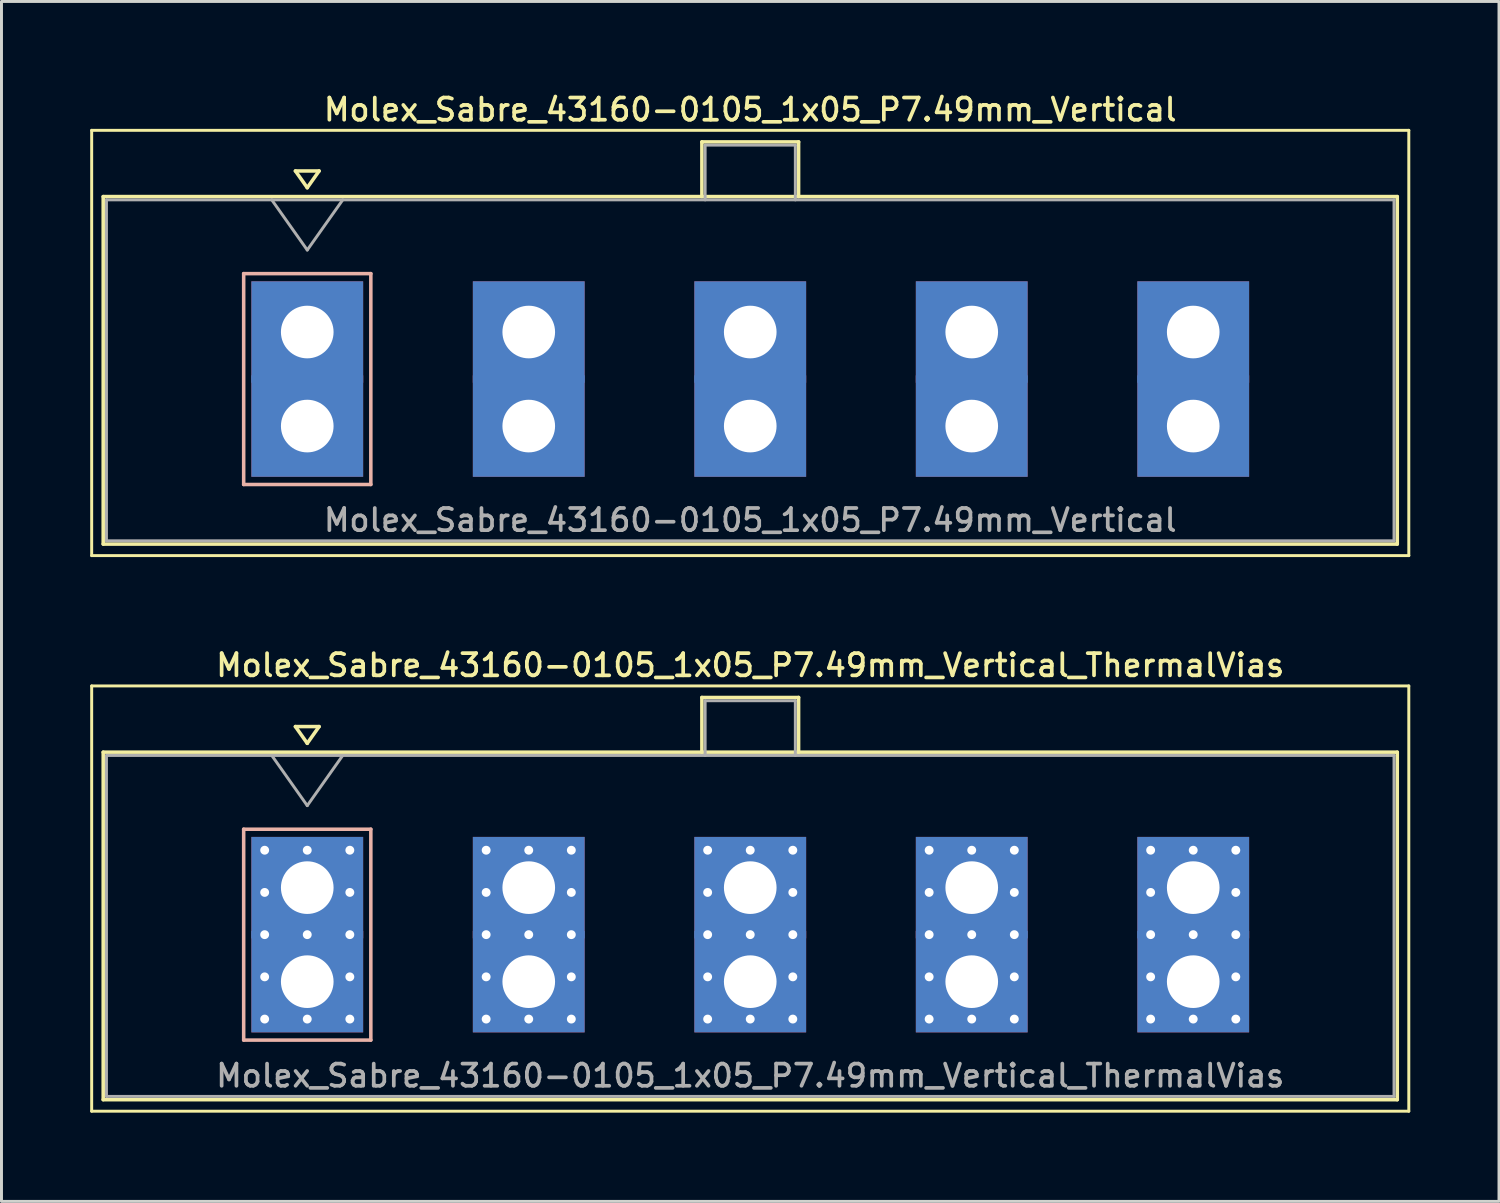
<source format=kicad_pcb>
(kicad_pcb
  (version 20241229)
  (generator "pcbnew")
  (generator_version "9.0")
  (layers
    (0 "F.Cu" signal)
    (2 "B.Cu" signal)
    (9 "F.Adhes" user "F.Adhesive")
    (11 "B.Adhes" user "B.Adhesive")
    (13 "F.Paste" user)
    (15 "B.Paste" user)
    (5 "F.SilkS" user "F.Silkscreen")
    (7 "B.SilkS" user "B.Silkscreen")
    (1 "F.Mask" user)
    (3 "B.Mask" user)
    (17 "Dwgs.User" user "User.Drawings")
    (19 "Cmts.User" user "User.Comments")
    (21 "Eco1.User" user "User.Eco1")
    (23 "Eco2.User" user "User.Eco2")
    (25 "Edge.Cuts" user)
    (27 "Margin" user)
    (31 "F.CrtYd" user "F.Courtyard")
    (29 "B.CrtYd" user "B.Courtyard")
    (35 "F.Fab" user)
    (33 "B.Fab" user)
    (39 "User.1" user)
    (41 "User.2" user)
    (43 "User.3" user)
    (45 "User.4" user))
  (footprint "Molex_Sabre_43160-0105_1x05_P7.49mm_Vertical_ThermalVias"
    (layer "F.Cu")
    (at 7.34 30.146)
    (property "Reference" "Molex_Sabre_43160-0105_1x05_P7.49mm_Vertical_ThermalVias" (at 14.98 -10.7 0) (layer "F.SilkS") (effects (font (size 0.75 0.75) (thickness 0.125))))
    (attr through_hole)
    (fp_line (start -7.29 -10) (end -7.29 4.38) (stroke (width 0.1) (type solid)) (layer "F.SilkS"))
    (fp_line (start -7.29 4.38) (end 37.25 4.38) (stroke (width 0.1) (type solid)) (layer "F.SilkS"))
    (fp_line (start -6.9 -7.76) (end -6.9 3.99) (stroke (width 0.12) (type solid)) (layer "F.SilkS"))
    (fp_line (start -6.9 3.99) (end 36.86 3.99) (stroke (width 0.12) (type solid)) (layer "F.SilkS"))
    (fp_line (start -0.4 -8.626) (end 0 -8.06) (stroke (width 0.12) (type solid)) (layer "F.SilkS"))
    (fp_line (start 0 -8.06) (end 0.4 -8.626) (stroke (width 0.12) (type solid)) (layer "F.SilkS"))
    (fp_line (start 0.4 -8.626) (end -0.4 -8.626) (stroke (width 0.12) (type solid)) (layer "F.SilkS"))
    (fp_line (start 13.345 -9.61) (end 16.615 -9.61) (stroke (width 0.12) (type solid)) (layer "F.SilkS"))
    (fp_line (start 13.345 -7.76) (end 13.345 -9.61) (stroke (width 0.12) (type solid)) (layer "F.SilkS"))
    (fp_line (start 16.615 -9.61) (end 16.615 -7.76) (stroke (width 0.12) (type solid)) (layer "F.SilkS"))
    (fp_line (start 36.86 -7.76) (end -6.9 -7.76) (stroke (width 0.12) (type solid)) (layer "F.SilkS"))
    (fp_line (start 36.86 3.99) (end 36.86 -7.76) (stroke (width 0.12) (type solid)) (layer "F.SilkS"))
    (fp_line (start 37.25 -10) (end -7.29 -10) (stroke (width 0.1) (type solid)) (layer "F.SilkS"))
    (fp_line (start 37.25 4.38) (end 37.25 -10) (stroke (width 0.1) (type solid)) (layer "F.SilkS"))
    (fp_line (start -2.15 -5.155) (end -2.15 1.975) (stroke (width 0.12) (type solid)) (layer "B.SilkS"))
    (fp_line (start -2.15 1.975) (end 2.15 1.975) (stroke (width 0.12) (type solid)) (layer "B.SilkS"))
    (fp_line (start 2.15 -5.155) (end -2.15 -5.155) (stroke (width 0.12) (type solid)) (layer "B.SilkS"))
    (fp_line (start 2.15 1.975) (end 2.15 -5.155) (stroke (width 0.12) (type solid)) (layer "B.SilkS"))
    (fp_line (start -6.79 -7.65) (end -6.79 3.88) (stroke (width 0.1) (type solid)) (layer "F.Fab"))
    (fp_line (start -6.79 3.88) (end 36.75 3.88) (stroke (width 0.1) (type solid)) (layer "F.Fab"))
    (fp_line (start -1.2 -7.65) (end 0 -5.953) (stroke (width 0.1) (type solid)) (layer "F.Fab"))
    (fp_line (start 0 -5.953) (end 1.2 -7.65) (stroke (width 0.1) (type solid)) (layer "F.Fab"))
    (fp_line (start 13.455 -9.5) (end 16.505 -9.5) (stroke (width 0.1) (type solid)) (layer "F.Fab"))
    (fp_line (start 13.455 -7.65) (end 13.455 -9.5) (stroke (width 0.1) (type solid)) (layer "F.Fab"))
    (fp_line (start 16.505 -9.5) (end 16.505 -7.65) (stroke (width 0.1) (type solid)) (layer "F.Fab"))
    (fp_line (start 36.75 -7.65) (end -6.79 -7.65) (stroke (width 0.1) (type solid)) (layer "F.Fab"))
    (fp_line (start 36.75 3.88) (end 36.75 -7.65) (stroke (width 0.1) (type solid)) (layer "F.Fab"))
    (fp_text user "${REFERENCE}" (at 14.98 3.18 0) (layer "F.Fab") (effects (font (size 0.75 0.75) (thickness 0.125))))
    (pad "1" thru_hole rect (at -1.44 -4.445) (size 0.6 0.6) (drill 0.3) (layers "*.Cu" "*.Mask"))
    (pad "1" thru_hole rect (at -1.44 -3.018) (size 0.6 0.6) (drill 0.3) (layers "*.Cu" "*.Mask"))
    (pad "1" thru_hole rect (at -1.44 -1.59) (size 0.6 0.6) (drill 0.3) (layers "*.Cu" "*.Mask"))
    (pad "1" thru_hole rect (at -1.44 -0.163) (size 0.6 0.6) (drill 0.3) (layers "*.Cu" "*.Mask"))
    (pad "1" thru_hole rect (at -1.44 1.265) (size 0.6 0.6) (drill 0.3) (layers "*.Cu" "*.Mask"))
    (pad "1" thru_hole rect (at 0 -4.445) (size 0.6 0.6) (drill 0.3) (layers "*.Cu" "*.Mask"))
    (pad "1" thru_hole rect (at 0 -3.18) (size 3.78 3.43) (drill 1.78) (layers "*.Cu" "*.Mask"))
    (pad "1" thru_hole rect (at 0 -1.59) (size 0.6 0.6) (drill 0.3) (layers "*.Cu" "*.Mask"))
    (pad "1" thru_hole rect (at 0 0) (size 3.78 3.43) (drill 1.78) (layers "*.Cu" "*.Mask"))
    (pad "1" thru_hole rect (at 0 1.265) (size 0.6 0.6) (drill 0.3) (layers "*.Cu" "*.Mask"))
    (pad "1" thru_hole rect (at 1.44 -4.445) (size 0.6 0.6) (drill 0.3) (layers "*.Cu" "*.Mask"))
    (pad "1" thru_hole rect (at 1.44 -3.018) (size 0.6 0.6) (drill 0.3) (layers "*.Cu" "*.Mask"))
    (pad "1" thru_hole rect (at 1.44 -1.59) (size 0.6 0.6) (drill 0.3) (layers "*.Cu" "*.Mask"))
    (pad "1" thru_hole rect (at 1.44 -0.163) (size 0.6 0.6) (drill 0.3) (layers "*.Cu" "*.Mask"))
    (pad "1" thru_hole rect (at 1.44 1.265) (size 0.6 0.6) (drill 0.3) (layers "*.Cu" "*.Mask"))
    (pad "2" thru_hole circle (at 6.05 -4.445) (size 0.6 0.6) (drill 0.3) (layers "*.Cu" "*.Mask"))
    (pad "2" thru_hole circle (at 6.05 -3.018) (size 0.6 0.6) (drill 0.3) (layers "*.Cu" "*.Mask"))
    (pad "2" thru_hole circle (at 6.05 -1.59) (size 0.6 0.6) (drill 0.3) (layers "*.Cu" "*.Mask"))
    (pad "2" thru_hole circle (at 6.05 -0.163) (size 0.6 0.6) (drill 0.3) (layers "*.Cu" "*.Mask"))
    (pad "2" thru_hole circle (at 6.05 1.265) (size 0.6 0.6) (drill 0.3) (layers "*.Cu" "*.Mask"))
    (pad "2" thru_hole circle (at 7.49 -4.445) (size 0.6 0.6) (drill 0.3) (layers "*.Cu" "*.Mask"))
    (pad "2" thru_hole rect (at 7.49 -3.18) (size 3.78 3.43) (drill 1.78) (layers "*.Cu" "*.Mask"))
    (pad "2" thru_hole circle (at 7.49 -1.59) (size 0.6 0.6) (drill 0.3) (layers "*.Cu" "*.Mask"))
    (pad "2" thru_hole rect (at 7.49 0) (size 3.78 3.43) (drill 1.78) (layers "*.Cu" "*.Mask"))
    (pad "2" thru_hole circle (at 7.49 1.265) (size 0.6 0.6) (drill 0.3) (layers "*.Cu" "*.Mask"))
    (pad "2" thru_hole circle (at 8.93 -4.445) (size 0.6 0.6) (drill 0.3) (layers "*.Cu" "*.Mask"))
    (pad "2" thru_hole circle (at 8.93 -3.018) (size 0.6 0.6) (drill 0.3) (layers "*.Cu" "*.Mask"))
    (pad "2" thru_hole circle (at 8.93 -1.59) (size 0.6 0.6) (drill 0.3) (layers "*.Cu" "*.Mask"))
    (pad "2" thru_hole circle (at 8.93 -0.163) (size 0.6 0.6) (drill 0.3) (layers "*.Cu" "*.Mask"))
    (pad "2" thru_hole circle (at 8.93 1.265) (size 0.6 0.6) (drill 0.3) (layers "*.Cu" "*.Mask"))
    (pad "3" thru_hole circle (at 13.54 -4.445) (size 0.6 0.6) (drill 0.3) (layers "*.Cu" "*.Mask"))
    (pad "3" thru_hole circle (at 13.54 -3.018) (size 0.6 0.6) (drill 0.3) (layers "*.Cu" "*.Mask"))
    (pad "3" thru_hole circle (at 13.54 -1.59) (size 0.6 0.6) (drill 0.3) (layers "*.Cu" "*.Mask"))
    (pad "3" thru_hole circle (at 13.54 -0.163) (size 0.6 0.6) (drill 0.3) (layers "*.Cu" "*.Mask"))
    (pad "3" thru_hole circle (at 13.54 1.265) (size 0.6 0.6) (drill 0.3) (layers "*.Cu" "*.Mask"))
    (pad "3" thru_hole circle (at 14.98 -4.445) (size 0.6 0.6) (drill 0.3) (layers "*.Cu" "*.Mask"))
    (pad "3" thru_hole rect (at 14.98 -3.18) (size 3.78 3.43) (drill 1.78) (layers "*.Cu" "*.Mask"))
    (pad "3" thru_hole circle (at 14.98 -1.59) (size 0.6 0.6) (drill 0.3) (layers "*.Cu" "*.Mask"))
    (pad "3" thru_hole rect (at 14.98 0) (size 3.78 3.43) (drill 1.78) (layers "*.Cu" "*.Mask"))
    (pad "3" thru_hole circle (at 14.98 1.265) (size 0.6 0.6) (drill 0.3) (layers "*.Cu" "*.Mask"))
    (pad "3" thru_hole circle (at 16.42 -4.445) (size 0.6 0.6) (drill 0.3) (layers "*.Cu" "*.Mask"))
    (pad "3" thru_hole circle (at 16.42 -3.018) (size 0.6 0.6) (drill 0.3) (layers "*.Cu" "*.Mask"))
    (pad "3" thru_hole circle (at 16.42 -1.59) (size 0.6 0.6) (drill 0.3) (layers "*.Cu" "*.Mask"))
    (pad "3" thru_hole circle (at 16.42 -0.163) (size 0.6 0.6) (drill 0.3) (layers "*.Cu" "*.Mask"))
    (pad "3" thru_hole circle (at 16.42 1.265) (size 0.6 0.6) (drill 0.3) (layers "*.Cu" "*.Mask"))
    (pad "4" thru_hole circle (at 21.03 -4.445) (size 0.6 0.6) (drill 0.3) (layers "*.Cu" "*.Mask"))
    (pad "4" thru_hole circle (at 21.03 -3.018) (size 0.6 0.6) (drill 0.3) (layers "*.Cu" "*.Mask"))
    (pad "4" thru_hole circle (at 21.03 -1.59) (size 0.6 0.6) (drill 0.3) (layers "*.Cu" "*.Mask"))
    (pad "4" thru_hole circle (at 21.03 -0.163) (size 0.6 0.6) (drill 0.3) (layers "*.Cu" "*.Mask"))
    (pad "4" thru_hole circle (at 21.03 1.265) (size 0.6 0.6) (drill 0.3) (layers "*.Cu" "*.Mask"))
    (pad "4" thru_hole circle (at 22.47 -4.445) (size 0.6 0.6) (drill 0.3) (layers "*.Cu" "*.Mask"))
    (pad "4" thru_hole rect (at 22.47 -3.18) (size 3.78 3.43) (drill 1.78) (layers "*.Cu" "*.Mask"))
    (pad "4" thru_hole circle (at 22.47 -1.59) (size 0.6 0.6) (drill 0.3) (layers "*.Cu" "*.Mask"))
    (pad "4" thru_hole rect (at 22.47 0) (size 3.78 3.43) (drill 1.78) (layers "*.Cu" "*.Mask"))
    (pad "4" thru_hole circle (at 22.47 1.265) (size 0.6 0.6) (drill 0.3) (layers "*.Cu" "*.Mask"))
    (pad "4" thru_hole circle (at 23.91 -4.445) (size 0.6 0.6) (drill 0.3) (layers "*.Cu" "*.Mask"))
    (pad "4" thru_hole circle (at 23.91 -3.018) (size 0.6 0.6) (drill 0.3) (layers "*.Cu" "*.Mask"))
    (pad "4" thru_hole circle (at 23.91 -1.59) (size 0.6 0.6) (drill 0.3) (layers "*.Cu" "*.Mask"))
    (pad "4" thru_hole circle (at 23.91 -0.163) (size 0.6 0.6) (drill 0.3) (layers "*.Cu" "*.Mask"))
    (pad "4" thru_hole circle (at 23.91 1.265) (size 0.6 0.6) (drill 0.3) (layers "*.Cu" "*.Mask"))
    (pad "5" thru_hole circle (at 28.52 -4.445) (size 0.6 0.6) (drill 0.3) (layers "*.Cu" "*.Mask"))
    (pad "5" thru_hole circle (at 28.52 -3.018) (size 0.6 0.6) (drill 0.3) (layers "*.Cu" "*.Mask"))
    (pad "5" thru_hole circle (at 28.52 -1.59) (size 0.6 0.6) (drill 0.3) (layers "*.Cu" "*.Mask"))
    (pad "5" thru_hole circle (at 28.52 -0.163) (size 0.6 0.6) (drill 0.3) (layers "*.Cu" "*.Mask"))
    (pad "5" thru_hole circle (at 28.52 1.265) (size 0.6 0.6) (drill 0.3) (layers "*.Cu" "*.Mask"))
    (pad "5" thru_hole circle (at 29.96 -4.445) (size 0.6 0.6) (drill 0.3) (layers "*.Cu" "*.Mask"))
    (pad "5" thru_hole rect (at 29.96 -3.18) (size 3.78 3.43) (drill 1.78) (layers "*.Cu" "*.Mask"))
    (pad "5" thru_hole circle (at 29.96 -1.59) (size 0.6 0.6) (drill 0.3) (layers "*.Cu" "*.Mask"))
    (pad "5" thru_hole rect (at 29.96 0) (size 3.78 3.43) (drill 1.78) (layers "*.Cu" "*.Mask"))
    (pad "5" thru_hole circle (at 29.96 1.265) (size 0.6 0.6) (drill 0.3) (layers "*.Cu" "*.Mask"))
    (pad "5" thru_hole circle (at 31.4 -4.445) (size 0.6 0.6) (drill 0.3) (layers "*.Cu" "*.Mask"))
    (pad "5" thru_hole circle (at 31.4 -3.018) (size 0.6 0.6) (drill 0.3) (layers "*.Cu" "*.Mask"))
    (pad "5" thru_hole circle (at 31.4 -1.59) (size 0.6 0.6) (drill 0.3) (layers "*.Cu" "*.Mask"))
    (pad "5" thru_hole circle (at 31.4 -0.163) (size 0.6 0.6) (drill 0.3) (layers "*.Cu" "*.Mask"))
    (pad "5" thru_hole circle (at 31.4 1.265) (size 0.6 0.6) (drill 0.3) (layers "*.Cu" "*.Mask")))
  (footprint "Molex_Sabre_43160-0105_1x05_P7.49mm_Vertical"
    (layer "F.Cu")
    (at 7.34 11.358)
    (property "Reference" "Molex_Sabre_43160-0105_1x05_P7.49mm_Vertical" (at 14.98 -10.7 0) (layer "F.SilkS") (effects (font (size 0.75 0.75) (thickness 0.125))))
    (attr through_hole)
    (fp_line (start -7.29 -10) (end -7.29 4.38) (stroke (width 0.1) (type solid)) (layer "F.SilkS"))
    (fp_line (start -7.29 4.38) (end 37.25 4.38) (stroke (width 0.1) (type solid)) (layer "F.SilkS"))
    (fp_line (start -6.9 -7.76) (end -6.9 3.99) (stroke (width 0.12) (type solid)) (layer "F.SilkS"))
    (fp_line (start -6.9 3.99) (end 36.86 3.99) (stroke (width 0.12) (type solid)) (layer "F.SilkS"))
    (fp_line (start -0.4 -8.626) (end 0 -8.06) (stroke (width 0.12) (type solid)) (layer "F.SilkS"))
    (fp_line (start 0 -8.06) (end 0.4 -8.626) (stroke (width 0.12) (type solid)) (layer "F.SilkS"))
    (fp_line (start 0.4 -8.626) (end -0.4 -8.626) (stroke (width 0.12) (type solid)) (layer "F.SilkS"))
    (fp_line (start 13.345 -9.61) (end 16.615 -9.61) (stroke (width 0.12) (type solid)) (layer "F.SilkS"))
    (fp_line (start 13.345 -7.76) (end 13.345 -9.61) (stroke (width 0.12) (type solid)) (layer "F.SilkS"))
    (fp_line (start 16.615 -9.61) (end 16.615 -7.76) (stroke (width 0.12) (type solid)) (layer "F.SilkS"))
    (fp_line (start 36.86 -7.76) (end -6.9 -7.76) (stroke (width 0.12) (type solid)) (layer "F.SilkS"))
    (fp_line (start 36.86 3.99) (end 36.86 -7.76) (stroke (width 0.12) (type solid)) (layer "F.SilkS"))
    (fp_line (start 37.25 -10) (end -7.29 -10) (stroke (width 0.1) (type solid)) (layer "F.SilkS"))
    (fp_line (start 37.25 4.38) (end 37.25 -10) (stroke (width 0.1) (type solid)) (layer "F.SilkS"))
    (fp_line (start -2.15 -5.155) (end -2.15 1.975) (stroke (width 0.12) (type solid)) (layer "B.SilkS"))
    (fp_line (start -2.15 1.975) (end 2.15 1.975) (stroke (width 0.12) (type solid)) (layer "B.SilkS"))
    (fp_line (start 2.15 -5.155) (end -2.15 -5.155) (stroke (width 0.12) (type solid)) (layer "B.SilkS"))
    (fp_line (start 2.15 1.975) (end 2.15 -5.155) (stroke (width 0.12) (type solid)) (layer "B.SilkS"))
    (fp_line (start -6.79 -7.65) (end -6.79 3.88) (stroke (width 0.1) (type solid)) (layer "F.Fab"))
    (fp_line (start -6.79 3.88) (end 36.75 3.88) (stroke (width 0.1) (type solid)) (layer "F.Fab"))
    (fp_line (start -1.2 -7.65) (end 0 -5.953) (stroke (width 0.1) (type solid)) (layer "F.Fab"))
    (fp_line (start 0 -5.953) (end 1.2 -7.65) (stroke (width 0.1) (type solid)) (layer "F.Fab"))
    (fp_line (start 13.455 -9.5) (end 16.505 -9.5) (stroke (width 0.1) (type solid)) (layer "F.Fab"))
    (fp_line (start 13.455 -7.65) (end 13.455 -9.5) (stroke (width 0.1) (type solid)) (layer "F.Fab"))
    (fp_line (start 16.505 -9.5) (end 16.505 -7.65) (stroke (width 0.1) (type solid)) (layer "F.Fab"))
    (fp_line (start 36.75 -7.65) (end -6.79 -7.65) (stroke (width 0.1) (type solid)) (layer "F.Fab"))
    (fp_line (start 36.75 3.88) (end 36.75 -7.65) (stroke (width 0.1) (type solid)) (layer "F.Fab"))
    (fp_text user "${REFERENCE}" (at 14.98 3.18 0) (layer "F.Fab") (effects (font (size 0.75 0.75) (thickness 0.125))))
    (pad "1" thru_hole rect (at 0 -3.18) (size 3.78 3.43) (drill 1.78) (layers "*.Cu" "*.Mask"))
    (pad "1" thru_hole rect (at 0 0) (size 3.78 3.43) (drill 1.78) (layers "*.Cu" "*.Mask"))
    (pad "2" thru_hole rect (at 7.49 -3.18) (size 3.78 3.43) (drill 1.78) (layers "*.Cu" "*.Mask"))
    (pad "2" thru_hole rect (at 7.49 0) (size 3.78 3.43) (drill 1.78) (layers "*.Cu" "*.Mask"))
    (pad "3" thru_hole rect (at 14.98 -3.18) (size 3.78 3.43) (drill 1.78) (layers "*.Cu" "*.Mask"))
    (pad "3" thru_hole rect (at 14.98 0) (size 3.78 3.43) (drill 1.78) (layers "*.Cu" "*.Mask"))
    (pad "4" thru_hole rect (at 22.47 -3.18) (size 3.78 3.43) (drill 1.78) (layers "*.Cu" "*.Mask"))
    (pad "4" thru_hole rect (at 22.47 0) (size 3.78 3.43) (drill 1.78) (layers "*.Cu" "*.Mask"))
    (pad "5" thru_hole rect (at 29.96 -3.18) (size 3.78 3.43) (drill 1.78) (layers "*.Cu" "*.Mask"))
    (pad "5" thru_hole rect (at 29.96 0) (size 3.78 3.43) (drill 1.78) (layers "*.Cu" "*.Mask")))
  (gr_rect
    (start -3 -3)
    (end 47.64 37.576)
    (stroke (width 0.1) (type default))
    (fill no)
    (layer "Edge.Cuts")))
</source>
